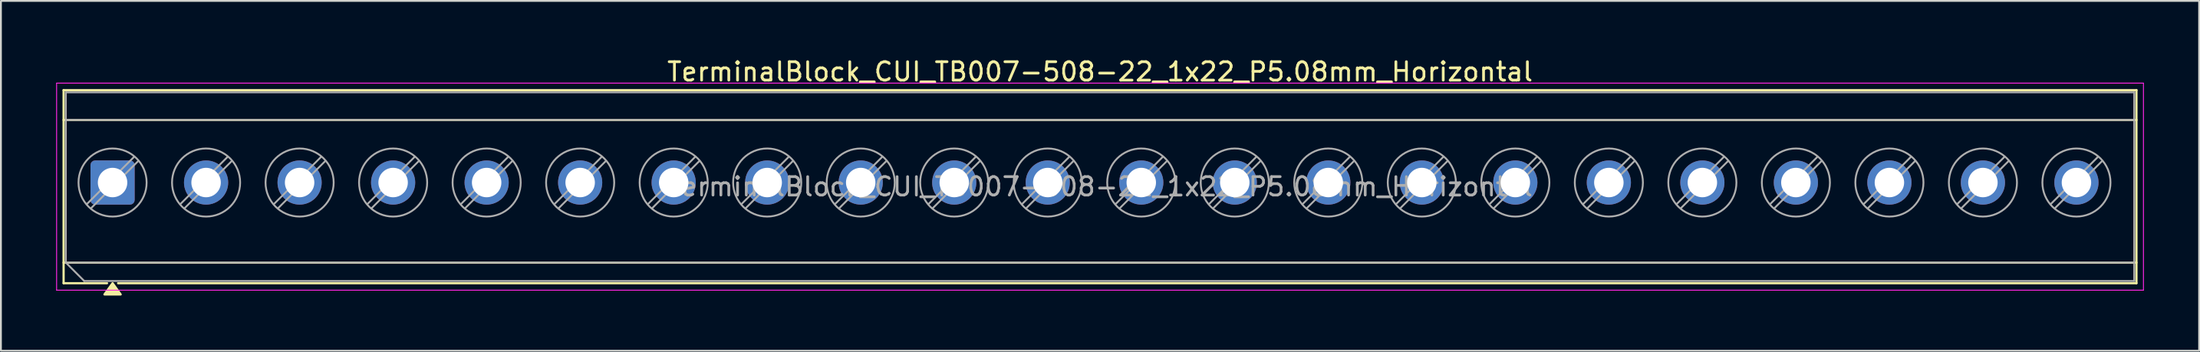
<source format=kicad_pcb>
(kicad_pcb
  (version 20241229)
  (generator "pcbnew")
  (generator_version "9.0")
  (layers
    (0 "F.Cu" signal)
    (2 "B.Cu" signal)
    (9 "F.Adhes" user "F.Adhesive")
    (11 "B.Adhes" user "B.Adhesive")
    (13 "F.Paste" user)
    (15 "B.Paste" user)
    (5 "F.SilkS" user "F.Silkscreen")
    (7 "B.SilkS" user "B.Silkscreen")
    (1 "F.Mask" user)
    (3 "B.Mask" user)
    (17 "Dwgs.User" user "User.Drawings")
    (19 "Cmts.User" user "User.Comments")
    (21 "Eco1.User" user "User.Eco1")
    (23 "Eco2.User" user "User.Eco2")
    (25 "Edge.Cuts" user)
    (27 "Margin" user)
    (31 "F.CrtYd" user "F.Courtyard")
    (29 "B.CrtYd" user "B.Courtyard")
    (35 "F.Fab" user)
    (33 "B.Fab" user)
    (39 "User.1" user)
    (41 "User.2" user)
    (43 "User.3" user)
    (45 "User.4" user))
  (footprint "TerminalBlock_CUI_TB007-508-22_1x22_P5.08mm_Horizontal"
    (layer "F.Cu")
    (at 3.065 6.868)
    (property "Reference" "TerminalBlock_CUI_TB007-508-22_1x22_P5.08mm_Horizontal" (at 53.64 -6.02 0) (layer "F.SilkS") (effects (font (size 1 1) (thickness 0.15))))
    (attr through_hole)
    (fp_line (start -2.66 -5.02) (end 109.94 -5.02) (stroke (width 0.12) (type solid)) (layer "F.SilkS"))
    (fp_line (start -2.66 -3.4) (end 109.94 -3.4) (stroke (width 0.12) (type solid)) (layer "F.SilkS"))
    (fp_line (start -2.66 4.35) (end 109.94 4.35) (stroke (width 0.12) (type solid)) (layer "F.SilkS"))
    (fp_line (start -2.66 5.47) (end -2.66 -5.02) (stroke (width 0.12) (type solid)) (layer "F.SilkS"))
    (fp_line (start -0.3 5.47) (end -2.66 5.47) (stroke (width 0.12) (type solid)) (layer "F.SilkS"))
    (fp_line (start 109.94 -5.02) (end 109.94 5.47) (stroke (width 0.12) (type solid)) (layer "F.SilkS"))
    (fp_line (start 109.94 5.47) (end 0.3 5.47) (stroke (width 0.12) (type solid)) (layer "F.SilkS"))
    (fp_poly (pts (xy 0 5.47) (xy 0.44 6.08) (xy -0.44 6.08)) (stroke (width 0.12) (type solid)) (fill yes) (layer "F.SilkS"))
    (fp_line (start -3.04 -5.4) (end -3.04 5.85) (stroke (width 0.05) (type solid)) (layer "F.CrtYd"))
    (fp_line (start -3.04 5.85) (end 110.32 5.85) (stroke (width 0.05) (type solid)) (layer "F.CrtYd"))
    (fp_line (start 110.32 -5.4) (end -3.04 -5.4) (stroke (width 0.05) (type solid)) (layer "F.CrtYd"))
    (fp_line (start 110.32 5.85) (end 110.32 -5.4) (stroke (width 0.05) (type solid)) (layer "F.CrtYd"))
    (fp_line (start -2.54 -4.9) (end 109.82 -4.9) (stroke (width 0.1) (type solid)) (layer "F.Fab"))
    (fp_line (start -2.54 -3.4) (end 109.82 -3.4) (stroke (width 0.1) (type solid)) (layer "F.Fab"))
    (fp_line (start -2.54 4.35) (end -2.54 -4.9) (stroke (width 0.1) (type solid)) (layer "F.Fab"))
    (fp_line (start -2.54 4.35) (end 109.82 4.35) (stroke (width 0.1) (type solid)) (layer "F.Fab"))
    (fp_line (start -1.54 5.35) (end -2.54 4.35) (stroke (width 0.1) (type solid)) (layer "F.Fab"))
    (fp_line (start 1.177 -1.403) (end -1.403 1.177) (stroke (width 0.1) (type solid)) (layer "F.Fab"))
    (fp_line (start 1.403 -1.177) (end -1.177 1.403) (stroke (width 0.1) (type solid)) (layer "F.Fab"))
    (fp_line (start 6.257 -1.403) (end 3.677 1.177) (stroke (width 0.1) (type solid)) (layer "F.Fab"))
    (fp_line (start 6.483 -1.177) (end 3.903 1.403) (stroke (width 0.1) (type solid)) (layer "F.Fab"))
    (fp_line (start 11.337 -1.403) (end 8.757 1.177) (stroke (width 0.1) (type solid)) (layer "F.Fab"))
    (fp_line (start 11.563 -1.177) (end 8.983 1.403) (stroke (width 0.1) (type solid)) (layer "F.Fab"))
    (fp_line (start 16.417 -1.403) (end 13.837 1.177) (stroke (width 0.1) (type solid)) (layer "F.Fab"))
    (fp_line (start 16.643 -1.177) (end 14.063 1.403) (stroke (width 0.1) (type solid)) (layer "F.Fab"))
    (fp_line (start 21.497 -1.403) (end 18.917 1.177) (stroke (width 0.1) (type solid)) (layer "F.Fab"))
    (fp_line (start 21.723 -1.177) (end 19.143 1.403) (stroke (width 0.1) (type solid)) (layer "F.Fab"))
    (fp_line (start 26.577 -1.403) (end 23.997 1.177) (stroke (width 0.1) (type solid)) (layer "F.Fab"))
    (fp_line (start 26.803 -1.177) (end 24.223 1.403) (stroke (width 0.1) (type solid)) (layer "F.Fab"))
    (fp_line (start 31.657 -1.403) (end 29.077 1.177) (stroke (width 0.1) (type solid)) (layer "F.Fab"))
    (fp_line (start 31.883 -1.177) (end 29.303 1.403) (stroke (width 0.1) (type solid)) (layer "F.Fab"))
    (fp_line (start 36.737 -1.403) (end 34.157 1.177) (stroke (width 0.1) (type solid)) (layer "F.Fab"))
    (fp_line (start 36.963 -1.177) (end 34.383 1.403) (stroke (width 0.1) (type solid)) (layer "F.Fab"))
    (fp_line (start 41.817 -1.403) (end 39.237 1.177) (stroke (width 0.1) (type solid)) (layer "F.Fab"))
    (fp_line (start 42.043 -1.177) (end 39.463 1.403) (stroke (width 0.1) (type solid)) (layer "F.Fab"))
    (fp_line (start 46.897 -1.403) (end 44.317 1.177) (stroke (width 0.1) (type solid)) (layer "F.Fab"))
    (fp_line (start 47.123 -1.177) (end 44.543 1.403) (stroke (width 0.1) (type solid)) (layer "F.Fab"))
    (fp_line (start 51.977 -1.403) (end 49.397 1.177) (stroke (width 0.1) (type solid)) (layer "F.Fab"))
    (fp_line (start 52.203 -1.177) (end 49.623 1.403) (stroke (width 0.1) (type solid)) (layer "F.Fab"))
    (fp_line (start 57.057 -1.403) (end 54.477 1.177) (stroke (width 0.1) (type solid)) (layer "F.Fab"))
    (fp_line (start 57.283 -1.177) (end 54.703 1.403) (stroke (width 0.1) (type solid)) (layer "F.Fab"))
    (fp_line (start 62.137 -1.403) (end 59.557 1.177) (stroke (width 0.1) (type solid)) (layer "F.Fab"))
    (fp_line (start 62.363 -1.177) (end 59.783 1.403) (stroke (width 0.1) (type solid)) (layer "F.Fab"))
    (fp_line (start 67.217 -1.403) (end 64.637 1.177) (stroke (width 0.1) (type solid)) (layer "F.Fab"))
    (fp_line (start 67.443 -1.177) (end 64.863 1.403) (stroke (width 0.1) (type solid)) (layer "F.Fab"))
    (fp_line (start 72.297 -1.403) (end 69.717 1.177) (stroke (width 0.1) (type solid)) (layer "F.Fab"))
    (fp_line (start 72.523 -1.177) (end 69.943 1.403) (stroke (width 0.1) (type solid)) (layer "F.Fab"))
    (fp_line (start 77.377 -1.403) (end 74.797 1.177) (stroke (width 0.1) (type solid)) (layer "F.Fab"))
    (fp_line (start 77.603 -1.177) (end 75.023 1.403) (stroke (width 0.1) (type solid)) (layer "F.Fab"))
    (fp_line (start 82.457 -1.403) (end 79.877 1.177) (stroke (width 0.1) (type solid)) (layer "F.Fab"))
    (fp_line (start 82.683 -1.177) (end 80.103 1.403) (stroke (width 0.1) (type solid)) (layer "F.Fab"))
    (fp_line (start 87.537 -1.403) (end 84.957 1.177) (stroke (width 0.1) (type solid)) (layer "F.Fab"))
    (fp_line (start 87.763 -1.177) (end 85.183 1.403) (stroke (width 0.1) (type solid)) (layer "F.Fab"))
    (fp_line (start 92.617 -1.403) (end 90.037 1.177) (stroke (width 0.1) (type solid)) (layer "F.Fab"))
    (fp_line (start 92.843 -1.177) (end 90.263 1.403) (stroke (width 0.1) (type solid)) (layer "F.Fab"))
    (fp_line (start 97.697 -1.403) (end 95.117 1.177) (stroke (width 0.1) (type solid)) (layer "F.Fab"))
    (fp_line (start 97.923 -1.177) (end 95.343 1.403) (stroke (width 0.1) (type solid)) (layer "F.Fab"))
    (fp_line (start 102.777 -1.403) (end 100.197 1.177) (stroke (width 0.1) (type solid)) (layer "F.Fab"))
    (fp_line (start 103.003 -1.177) (end 100.423 1.403) (stroke (width 0.1) (type solid)) (layer "F.Fab"))
    (fp_line (start 107.857 -1.403) (end 105.277 1.177) (stroke (width 0.1) (type solid)) (layer "F.Fab"))
    (fp_line (start 108.083 -1.177) (end 105.503 1.403) (stroke (width 0.1) (type solid)) (layer "F.Fab"))
    (fp_line (start 109.82 -4.9) (end 109.82 5.35) (stroke (width 0.1) (type solid)) (layer "F.Fab"))
    (fp_line (start 109.82 5.35) (end -1.54 5.35) (stroke (width 0.1) (type solid)) (layer "F.Fab"))
    (fp_circle (center 0 0) (end 1.85 0) (stroke (width 0.1) (type solid)) (fill no) (layer "F.Fab"))
    (fp_circle (center 5.08 0) (end 6.93 0) (stroke (width 0.1) (type solid)) (fill no) (layer "F.Fab"))
    (fp_circle (center 10.16 0) (end 12.01 0) (stroke (width 0.1) (type solid)) (fill no) (layer "F.Fab"))
    (fp_circle (center 15.24 0) (end 17.09 0) (stroke (width 0.1) (type solid)) (fill no) (layer "F.Fab"))
    (fp_circle (center 20.32 0) (end 22.17 0) (stroke (width 0.1) (type solid)) (fill no) (layer "F.Fab"))
    (fp_circle (center 25.4 0) (end 27.25 0) (stroke (width 0.1) (type solid)) (fill no) (layer "F.Fab"))
    (fp_circle (center 30.48 0) (end 32.33 0) (stroke (width 0.1) (type solid)) (fill no) (layer "F.Fab"))
    (fp_circle (center 35.56 0) (end 37.41 0) (stroke (width 0.1) (type solid)) (fill no) (layer "F.Fab"))
    (fp_circle (center 40.64 0) (end 42.49 0) (stroke (width 0.1) (type solid)) (fill no) (layer "F.Fab"))
    (fp_circle (center 45.72 0) (end 47.57 0) (stroke (width 0.1) (type solid)) (fill no) (layer "F.Fab"))
    (fp_circle (center 50.8 0) (end 52.65 0) (stroke (width 0.1) (type solid)) (fill no) (layer "F.Fab"))
    (fp_circle (center 55.88 0) (end 57.73 0) (stroke (width 0.1) (type solid)) (fill no) (layer "F.Fab"))
    (fp_circle (center 60.96 0) (end 62.81 0) (stroke (width 0.1) (type solid)) (fill no) (layer "F.Fab"))
    (fp_circle (center 66.04 0) (end 67.89 0) (stroke (width 0.1) (type solid)) (fill no) (layer "F.Fab"))
    (fp_circle (center 71.12 0) (end 72.97 0) (stroke (width 0.1) (type solid)) (fill no) (layer "F.Fab"))
    (fp_circle (center 76.2 0) (end 78.05 0) (stroke (width 0.1) (type solid)) (fill no) (layer "F.Fab"))
    (fp_circle (center 81.28 0) (end 83.13 0) (stroke (width 0.1) (type solid)) (fill no) (layer "F.Fab"))
    (fp_circle (center 86.36 0) (end 88.21 0) (stroke (width 0.1) (type solid)) (fill no) (layer "F.Fab"))
    (fp_circle (center 91.44 0) (end 93.29 0) (stroke (width 0.1) (type solid)) (fill no) (layer "F.Fab"))
    (fp_circle (center 96.52 0) (end 98.37 0) (stroke (width 0.1) (type solid)) (fill no) (layer "F.Fab"))
    (fp_circle (center 101.6 0) (end 103.45 0) (stroke (width 0.1) (type solid)) (fill no) (layer "F.Fab"))
    (fp_circle (center 106.68 0) (end 108.53 0) (stroke (width 0.1) (type solid)) (fill no) (layer "F.Fab"))
    (fp_text user "${REFERENCE}" (at 53.64 0.225 0) (layer "F.Fab") (effects (font (size 1 1) (thickness 0.15))))
    (pad "1" thru_hole roundrect (at 0 0) (size 2.4 2.4) (drill 1.6) (layers "*.Cu" "*.Mask") (roundrect_rratio 0.104))
    (pad "2" thru_hole circle (at 5.08 0) (size 2.4 2.4) (drill 1.6) (layers "*.Cu" "*.Mask"))
    (pad "3" thru_hole circle (at 10.16 0) (size 2.4 2.4) (drill 1.6) (layers "*.Cu" "*.Mask"))
    (pad "4" thru_hole circle (at 15.24 0) (size 2.4 2.4) (drill 1.6) (layers "*.Cu" "*.Mask"))
    (pad "5" thru_hole circle (at 20.32 0) (size 2.4 2.4) (drill 1.6) (layers "*.Cu" "*.Mask"))
    (pad "6" thru_hole circle (at 25.4 0) (size 2.4 2.4) (drill 1.6) (layers "*.Cu" "*.Mask"))
    (pad "7" thru_hole circle (at 30.48 0) (size 2.4 2.4) (drill 1.6) (layers "*.Cu" "*.Mask"))
    (pad "8" thru_hole circle (at 35.56 0) (size 2.4 2.4) (drill 1.6) (layers "*.Cu" "*.Mask"))
    (pad "9" thru_hole circle (at 40.64 0) (size 2.4 2.4) (drill 1.6) (layers "*.Cu" "*.Mask"))
    (pad "10" thru_hole circle (at 45.72 0) (size 2.4 2.4) (drill 1.6) (layers "*.Cu" "*.Mask"))
    (pad "11" thru_hole circle (at 50.8 0) (size 2.4 2.4) (drill 1.6) (layers "*.Cu" "*.Mask"))
    (pad "12" thru_hole circle (at 55.88 0) (size 2.4 2.4) (drill 1.6) (layers "*.Cu" "*.Mask"))
    (pad "13" thru_hole circle (at 60.96 0) (size 2.4 2.4) (drill 1.6) (layers "*.Cu" "*.Mask"))
    (pad "14" thru_hole circle (at 66.04 0) (size 2.4 2.4) (drill 1.6) (layers "*.Cu" "*.Mask"))
    (pad "15" thru_hole circle (at 71.12 0) (size 2.4 2.4) (drill 1.6) (layers "*.Cu" "*.Mask"))
    (pad "16" thru_hole circle (at 76.2 0) (size 2.4 2.4) (drill 1.6) (layers "*.Cu" "*.Mask"))
    (pad "17" thru_hole circle (at 81.28 0) (size 2.4 2.4) (drill 1.6) (layers "*.Cu" "*.Mask"))
    (pad "18" thru_hole circle (at 86.36 0) (size 2.4 2.4) (drill 1.6) (layers "*.Cu" "*.Mask"))
    (pad "19" thru_hole circle (at 91.44 0) (size 2.4 2.4) (drill 1.6) (layers "*.Cu" "*.Mask"))
    (pad "20" thru_hole circle (at 96.52 0) (size 2.4 2.4) (drill 1.6) (layers "*.Cu" "*.Mask"))
    (pad "21" thru_hole circle (at 101.6 0) (size 2.4 2.4) (drill 1.6) (layers "*.Cu" "*.Mask"))
    (pad "22" thru_hole circle (at 106.68 0) (size 2.4 2.4) (drill 1.6) (layers "*.Cu" "*.Mask")))
  (gr_rect
    (start -3 -3)
    (end 116.41 16.008)
    (stroke (width 0.1) (type default))
    (fill no)
    (layer "Edge.Cuts")))
</source>
